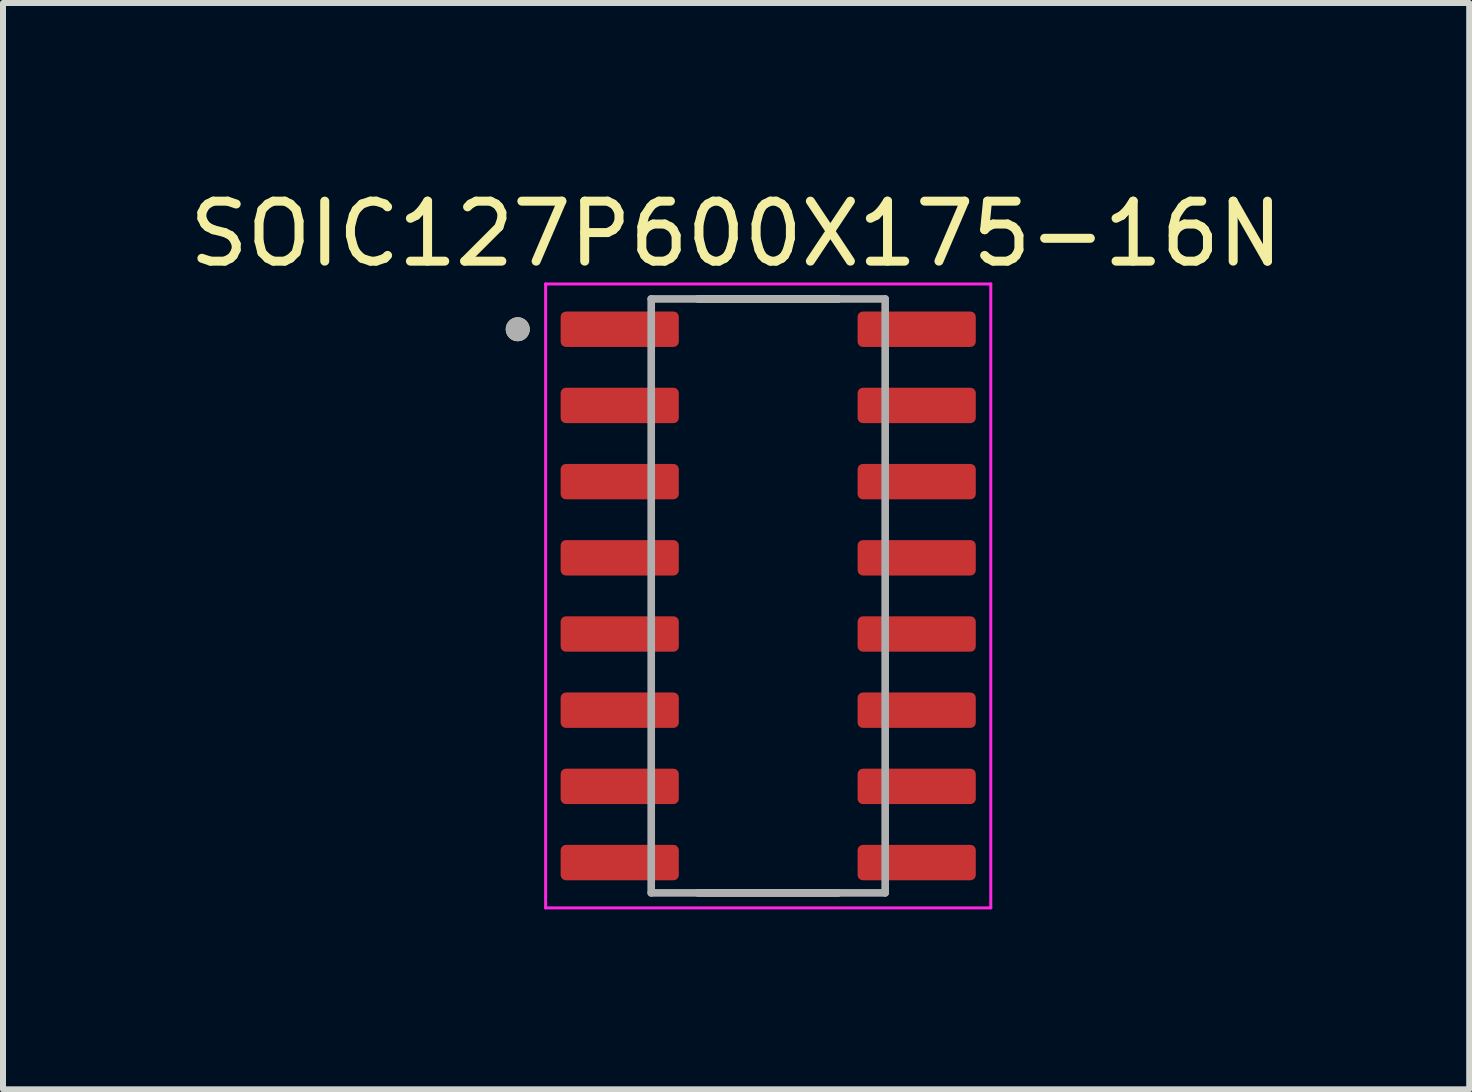
<source format=kicad_pcb>
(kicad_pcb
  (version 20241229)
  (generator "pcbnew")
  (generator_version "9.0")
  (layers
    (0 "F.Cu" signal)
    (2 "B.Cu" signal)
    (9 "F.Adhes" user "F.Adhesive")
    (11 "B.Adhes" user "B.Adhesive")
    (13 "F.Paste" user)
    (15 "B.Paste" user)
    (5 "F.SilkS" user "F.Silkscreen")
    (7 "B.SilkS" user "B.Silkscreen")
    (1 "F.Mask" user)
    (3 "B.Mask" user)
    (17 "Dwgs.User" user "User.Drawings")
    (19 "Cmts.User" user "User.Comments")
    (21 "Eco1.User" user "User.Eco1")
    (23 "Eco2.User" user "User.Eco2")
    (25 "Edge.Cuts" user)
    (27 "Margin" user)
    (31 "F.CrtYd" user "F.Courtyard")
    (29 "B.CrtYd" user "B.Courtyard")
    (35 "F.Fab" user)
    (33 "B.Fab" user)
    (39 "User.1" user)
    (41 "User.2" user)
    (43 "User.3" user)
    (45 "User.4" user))
  (footprint "SOIC127P600X175-16N"
    (layer "F.Cu")
    (at 9.755 6.883)
    (property "Reference" "SOIC127P600X175-16N" (at -0.535 -6.035 0) (layer "F.SilkS") (effects (font (size 1 1) (thickness 0.15))))
    (attr smd)
    (fp_line (start -1.17 -4.95) (end 1.17 -4.95) (stroke (width 0.127) (type solid)) (layer "F.SilkS"))
    (fp_line (start -1.17 4.95) (end 1.17 4.95) (stroke (width 0.127) (type solid)) (layer "F.SilkS"))
    (fp_circle (center -4.175 -4.445) (end -4.075 -4.445) (stroke (width 0.2) (type solid)) (fill no) (layer "F.SilkS"))
    (fp_line (start -3.71 -5.2) (end -3.71 5.2) (stroke (width 0.05) (type solid)) (layer "F.CrtYd"))
    (fp_line (start -3.71 5.2) (end 3.71 5.2) (stroke (width 0.05) (type solid)) (layer "F.CrtYd"))
    (fp_line (start 3.71 -5.2) (end -3.71 -5.2) (stroke (width 0.05) (type solid)) (layer "F.CrtYd"))
    (fp_line (start 3.71 5.2) (end 3.71 -5.2) (stroke (width 0.05) (type solid)) (layer "F.CrtYd"))
    (fp_line (start -1.95 -4.95) (end 1.95 -4.95) (stroke (width 0.127) (type solid)) (layer "F.Fab"))
    (fp_line (start -1.95 4.95) (end -1.95 -4.95) (stroke (width 0.127) (type solid)) (layer "F.Fab"))
    (fp_line (start 1.95 -4.95) (end 1.95 4.95) (stroke (width 0.127) (type solid)) (layer "F.Fab"))
    (fp_line (start 1.95 4.95) (end -1.95 4.95) (stroke (width 0.127) (type solid)) (layer "F.Fab"))
    (fp_circle (center -4.175 -4.445) (end -4.075 -4.445) (stroke (width 0.2) (type solid)) (fill no) (layer "F.Fab"))
    (pad "1" smd roundrect (at -2.475 -4.445) (size 1.97 0.59) (layers "F.Cu" "F.Mask" "F.Paste") (roundrect_rratio 0.15))
    (pad "2" smd roundrect (at -2.475 -3.175) (size 1.97 0.59) (layers "F.Cu" "F.Mask" "F.Paste") (roundrect_rratio 0.15))
    (pad "3" smd roundrect (at -2.475 -1.905) (size 1.97 0.59) (layers "F.Cu" "F.Mask" "F.Paste") (roundrect_rratio 0.15))
    (pad "4" smd roundrect (at -2.475 -0.635) (size 1.97 0.59) (layers "F.Cu" "F.Mask" "F.Paste") (roundrect_rratio 0.15))
    (pad "5" smd roundrect (at -2.475 0.635) (size 1.97 0.59) (layers "F.Cu" "F.Mask" "F.Paste") (roundrect_rratio 0.15))
    (pad "6" smd roundrect (at -2.475 1.905) (size 1.97 0.59) (layers "F.Cu" "F.Mask" "F.Paste") (roundrect_rratio 0.15))
    (pad "7" smd roundrect (at -2.475 3.175) (size 1.97 0.59) (layers "F.Cu" "F.Mask" "F.Paste") (roundrect_rratio 0.15))
    (pad "8" smd roundrect (at -2.475 4.445) (size 1.97 0.59) (layers "F.Cu" "F.Mask" "F.Paste") (roundrect_rratio 0.15))
    (pad "9" smd roundrect (at 2.475 4.445) (size 1.97 0.59) (layers "F.Cu" "F.Mask" "F.Paste") (roundrect_rratio 0.15))
    (pad "10" smd roundrect (at 2.475 3.175) (size 1.97 0.59) (layers "F.Cu" "F.Mask" "F.Paste") (roundrect_rratio 0.15))
    (pad "11" smd roundrect (at 2.475 1.905) (size 1.97 0.59) (layers "F.Cu" "F.Mask" "F.Paste") (roundrect_rratio 0.15))
    (pad "12" smd roundrect (at 2.475 0.635) (size 1.97 0.59) (layers "F.Cu" "F.Mask" "F.Paste") (roundrect_rratio 0.15))
    (pad "13" smd roundrect (at 2.475 -0.635) (size 1.97 0.59) (layers "F.Cu" "F.Mask" "F.Paste") (roundrect_rratio 0.15))
    (pad "14" smd roundrect (at 2.475 -1.905) (size 1.97 0.59) (layers "F.Cu" "F.Mask" "F.Paste") (roundrect_rratio 0.15))
    (pad "15" smd roundrect (at 2.475 -3.175) (size 1.97 0.59) (layers "F.Cu" "F.Mask" "F.Paste") (roundrect_rratio 0.15))
    (pad "16" smd roundrect (at 2.475 -4.445) (size 1.97 0.59) (layers "F.Cu" "F.Mask" "F.Paste") (roundrect_rratio 0.15)))
  (gr_rect
    (start -3 -3)
    (end 21.44 15.108)
    (stroke (width 0.1) (type default))
    (fill no)
    (layer "Edge.Cuts")))
</source>
